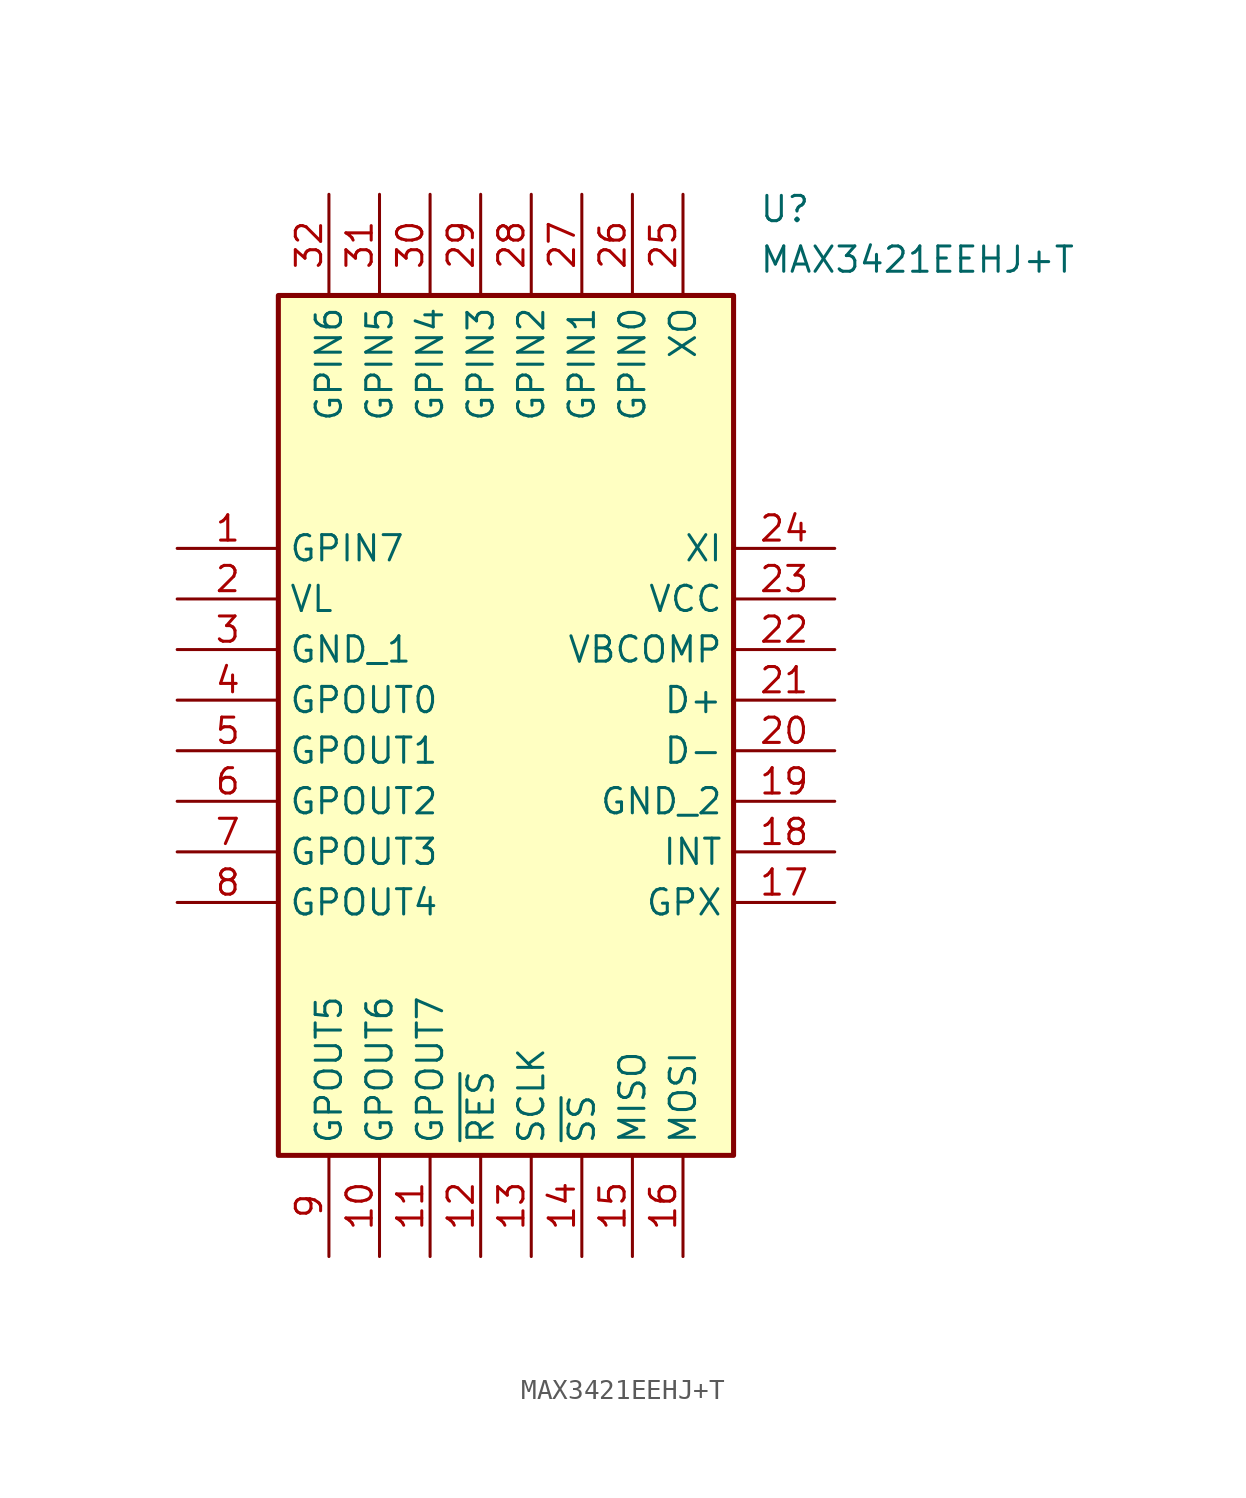
<source format=kicad_sym>
(kicad_symbol_lib
  (version 20220914)
  (generator kicad_symbol_editor)
  (symbol "MAX3421EEHJ+T"
    (property "Reference" "U"
      (at 29.21 17.78 0)
      (effects (font (size 1.27 1.27)) (justify left top)))
    (property "Value" "MAX3421EEHJ+T"
      (at 29.21 15.24 0)
      (effects (font (size 1.27 1.27)) (justify left top)))
    (symbol "MAX3421EEHJ+T_1_1"
      (rectangle (start 5.08 12.7) (end 27.94 -30.48) (stroke (width 0.254) (type default)) (fill (type background)))
      (pin input line (at 0 0 0) (length 5.08) (name "GPIN7" (effects (font (size 1.27 1.27)))) (number "1" (effects (font (size 1.27 1.27)))))
      (pin output line (at 10.16 -35.56 90) (length 5.08) (name "GPOUT6" (effects (font (size 1.27 1.27)))) (number "10" (effects (font (size 1.27 1.27)))))
      (pin output line (at 12.7 -35.56 90) (length 5.08) (name "GPOUT7" (effects (font (size 1.27 1.27)))) (number "11" (effects (font (size 1.27 1.27)))))
      (pin input line (at 15.24 -35.56 90) (length 5.08) (name "~{RES}" (effects (font (size 1.27 1.27)))) (number "12" (effects (font (size 1.27 1.27)))))
      (pin input line (at 17.78 -35.56 90) (length 5.08) (name "SCLK" (effects (font (size 1.27 1.27)))) (number "13" (effects (font (size 1.27 1.27)))))
      (pin input line (at 20.32 -35.56 90) (length 5.08) (name "~{SS}" (effects (font (size 1.27 1.27)))) (number "14" (effects (font (size 1.27 1.27)))))
      (pin output line (at 22.86 -35.56 90) (length 5.08) (name "MISO" (effects (font (size 1.27 1.27)))) (number "15" (effects (font (size 1.27 1.27)))))
      (pin bidirectional line (at 25.4 -35.56 90) (length 5.08) (name "MOSI" (effects (font (size 1.27 1.27)))) (number "16" (effects (font (size 1.27 1.27)))))
      (pin output line (at 33.02 -17.78 180) (length 5.08) (name "GPX" (effects (font (size 1.27 1.27)))) (number "17" (effects (font (size 1.27 1.27)))))
      (pin output line (at 33.02 -15.24 180) (length 5.08) (name "INT" (effects (font (size 1.27 1.27)))) (number "18" (effects (font (size 1.27 1.27)))))
      (pin power_in line (at 33.02 -12.7 180) (length 5.08) (name "GND_2" (effects (font (size 1.27 1.27)))) (number "19" (effects (font (size 1.27 1.27)))))
      (pin power_in line (at 0 -2.54 0) (length 5.08) (name "VL" (effects (font (size 1.27 1.27)))) (number "2" (effects (font (size 1.27 1.27)))))
      (pin bidirectional line (at 33.02 -10.16 180) (length 5.08) (name "D-" (effects (font (size 1.27 1.27)))) (number "20" (effects (font (size 1.27 1.27)))))
      (pin bidirectional line (at 33.02 -7.62 180) (length 5.08) (name "D+" (effects (font (size 1.27 1.27)))) (number "21" (effects (font (size 1.27 1.27)))))
      (pin input line (at 33.02 -5.08 180) (length 5.08) (name "VBCOMP" (effects (font (size 1.27 1.27)))) (number "22" (effects (font (size 1.27 1.27)))))
      (pin power_in line (at 33.02 -2.54 180) (length 5.08) (name "VCC" (effects (font (size 1.27 1.27)))) (number "23" (effects (font (size 1.27 1.27)))))
      (pin input line (at 33.02 0 180) (length 5.08) (name "XI" (effects (font (size 1.27 1.27)))) (number "24" (effects (font (size 1.27 1.27)))))
      (pin output line (at 25.4 17.78 270) (length 5.08) (name "XO" (effects (font (size 1.27 1.27)))) (number "25" (effects (font (size 1.27 1.27)))))
      (pin input line (at 22.86 17.78 270) (length 5.08) (name "GPIN0" (effects (font (size 1.27 1.27)))) (number "26" (effects (font (size 1.27 1.27)))))
      (pin input line (at 20.32 17.78 270) (length 5.08) (name "GPIN1" (effects (font (size 1.27 1.27)))) (number "27" (effects (font (size 1.27 1.27)))))
      (pin input line (at 17.78 17.78 270) (length 5.08) (name "GPIN2" (effects (font (size 1.27 1.27)))) (number "28" (effects (font (size 1.27 1.27)))))
      (pin input line (at 15.24 17.78 270) (length 5.08) (name "GPIN3" (effects (font (size 1.27 1.27)))) (number "29" (effects (font (size 1.27 1.27)))))
      (pin power_in line (at 0 -5.08 0) (length 5.08) (name "GND_1" (effects (font (size 1.27 1.27)))) (number "3" (effects (font (size 1.27 1.27)))))
      (pin input line (at 12.7 17.78 270) (length 5.08) (name "GPIN4" (effects (font (size 1.27 1.27)))) (number "30" (effects (font (size 1.27 1.27)))))
      (pin input line (at 10.16 17.78 270) (length 5.08) (name "GPIN5" (effects (font (size 1.27 1.27)))) (number "31" (effects (font (size 1.27 1.27)))))
      (pin input line (at 7.62 17.78 270) (length 5.08) (name "GPIN6" (effects (font (size 1.27 1.27)))) (number "32" (effects (font (size 1.27 1.27)))))
      (pin output line (at 0 -7.62 0) (length 5.08) (name "GPOUT0" (effects (font (size 1.27 1.27)))) (number "4" (effects (font (size 1.27 1.27)))))
      (pin output line (at 0 -10.16 0) (length 5.08) (name "GPOUT1" (effects (font (size 1.27 1.27)))) (number "5" (effects (font (size 1.27 1.27)))))
      (pin output line (at 0 -12.7 0) (length 5.08) (name "GPOUT2" (effects (font (size 1.27 1.27)))) (number "6" (effects (font (size 1.27 1.27)))))
      (pin output line (at 0 -15.24 0) (length 5.08) (name "GPOUT3" (effects (font (size 1.27 1.27)))) (number "7" (effects (font (size 1.27 1.27)))))
      (pin output line (at 0 -17.78 0) (length 5.08) (name "GPOUT4" (effects (font (size 1.27 1.27)))) (number "8" (effects (font (size 1.27 1.27)))))
      (pin output line (at 7.62 -35.56 90) (length 5.08) (name "GPOUT5" (effects (font (size 1.27 1.27)))) (number "9" (effects (font (size 1.27 1.27))))))))
</source>
